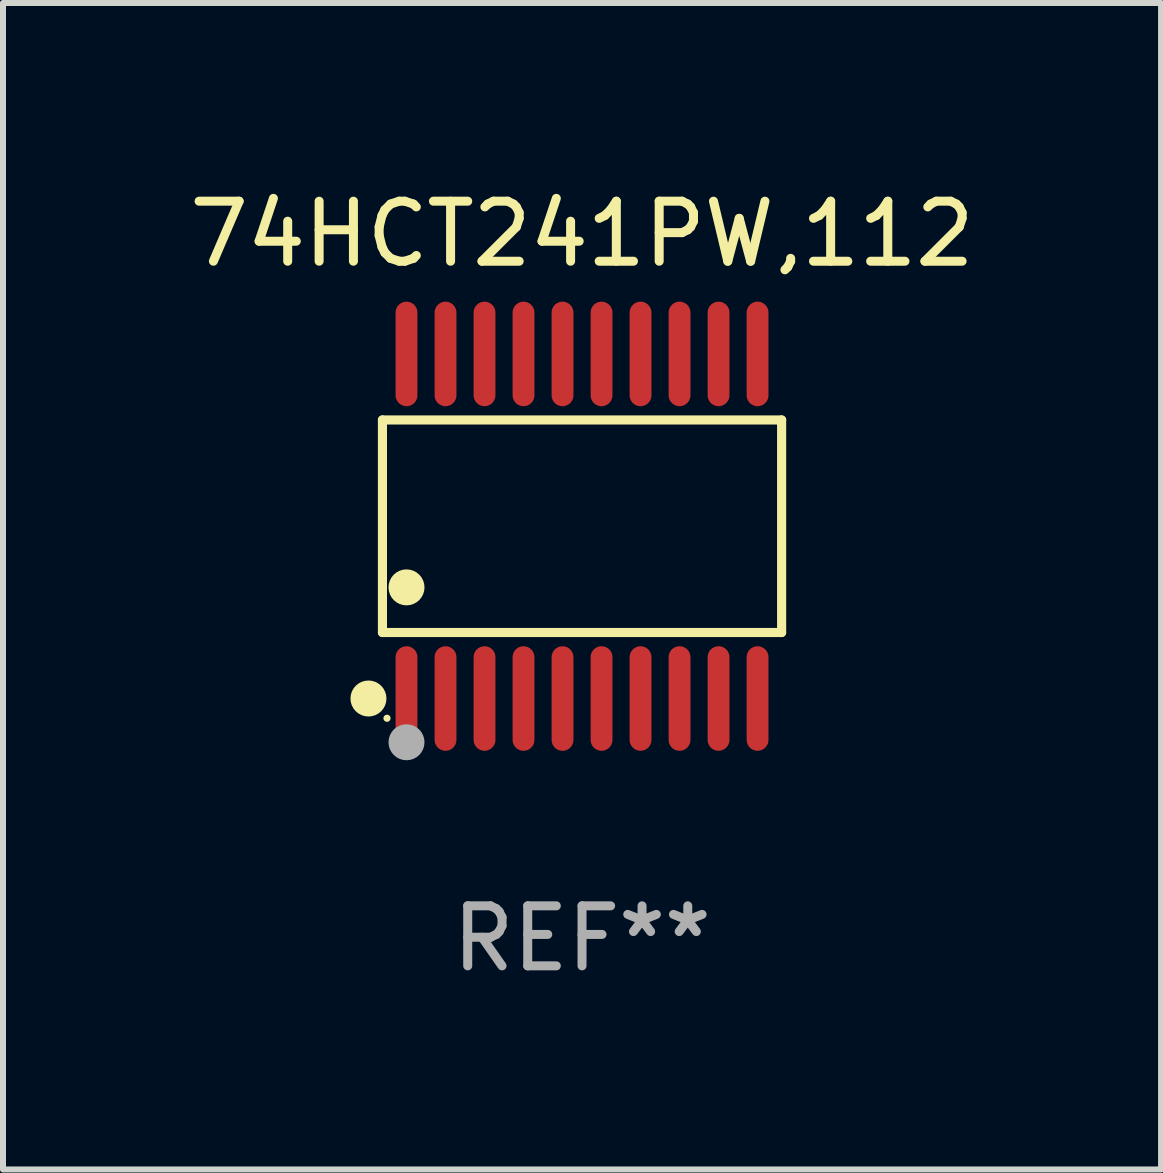
<source format=kicad_pcb>
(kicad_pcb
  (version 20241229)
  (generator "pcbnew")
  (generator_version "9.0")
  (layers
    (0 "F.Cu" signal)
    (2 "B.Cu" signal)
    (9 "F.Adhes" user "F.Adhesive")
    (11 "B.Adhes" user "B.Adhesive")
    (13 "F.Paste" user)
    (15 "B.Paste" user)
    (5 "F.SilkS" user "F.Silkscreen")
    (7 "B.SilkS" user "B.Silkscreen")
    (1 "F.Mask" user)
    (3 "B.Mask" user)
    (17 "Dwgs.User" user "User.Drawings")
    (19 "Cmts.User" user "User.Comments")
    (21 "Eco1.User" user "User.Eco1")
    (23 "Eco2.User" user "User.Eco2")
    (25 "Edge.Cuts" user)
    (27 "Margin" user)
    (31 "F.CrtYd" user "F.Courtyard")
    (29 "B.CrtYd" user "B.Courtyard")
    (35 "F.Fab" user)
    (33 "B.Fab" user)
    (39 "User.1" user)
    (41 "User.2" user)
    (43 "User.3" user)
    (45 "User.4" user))
  (footprint "74HCT241PW,112"
    (layer "F.Cu")
    (at 6.649 5.719)
    (property "Reference" "74HCT241PW,112" (at 0 -4.871 0) (layer "F.SilkS") (effects (font (size 1 1) (thickness 0.15))))
    (attr through_hole)
    (fp_line (start -3.326 -1.771) (end 3.326 -1.771) (stroke (width 0.152) (type solid)) (layer "F.SilkS"))
    (fp_line (start -3.326 1.771) (end -3.326 -1.771) (stroke (width 0.152) (type solid)) (layer "F.SilkS"))
    (fp_line (start 3.326 -1.771) (end 3.326 1.771) (stroke (width 0.152) (type solid)) (layer "F.SilkS"))
    (fp_line (start 3.326 1.771) (end -3.326 1.771) (stroke (width 0.152) (type solid)) (layer "F.SilkS"))
    (fp_circle (center -3.559 2.871) (end -3.409 2.871) (stroke (width 0.3) (type solid)) (fill no) (layer "F.SilkS"))
    (fp_circle (center -3.25 3.2) (end -3.22 3.2) (stroke (width 0.06) (type solid)) (fill no) (layer "F.SilkS"))
    (fp_circle (center -2.925 1.019) (end -2.775 1.019) (stroke (width 0.3) (type solid)) (fill no) (layer "F.SilkS"))
    (fp_circle (center -2.925 3.6) (end -2.775 3.6) (stroke (width 0.3) (type solid)) (fill no) (layer "F.Fab"))
    (fp_text user "REF**" (at 0 6.871 0) (layer "F.Fab") (effects (font (size 1 1) (thickness 0.15))))
    (pad "1" smd oval (at -2.925 2.871) (size 0.364 1.742) (layers "F.Cu" "F.Mask" "F.Paste"))
    (pad "2" smd oval (at -2.275 2.871) (size 0.364 1.742) (layers "F.Cu" "F.Mask" "F.Paste"))
    (pad "3" smd oval (at -1.625 2.871) (size 0.364 1.742) (layers "F.Cu" "F.Mask" "F.Paste"))
    (pad "4" smd oval (at -0.975 2.871) (size 0.364 1.742) (layers "F.Cu" "F.Mask" "F.Paste"))
    (pad "5" smd oval (at -0.325 2.871) (size 0.364 1.742) (layers "F.Cu" "F.Mask" "F.Paste"))
    (pad "6" smd oval (at 0.325 2.871) (size 0.364 1.742) (layers "F.Cu" "F.Mask" "F.Paste"))
    (pad "7" smd oval (at 0.975 2.871) (size 0.364 1.742) (layers "F.Cu" "F.Mask" "F.Paste"))
    (pad "8" smd oval (at 1.625 2.871) (size 0.364 1.742) (layers "F.Cu" "F.Mask" "F.Paste"))
    (pad "9" smd oval (at 2.275 2.871) (size 0.364 1.742) (layers "F.Cu" "F.Mask" "F.Paste"))
    (pad "10" smd oval (at 2.925 2.871) (size 0.364 1.742) (layers "F.Cu" "F.Mask" "F.Paste"))
    (pad "11" smd oval (at 2.925 -2.871) (size 0.364 1.742) (layers "F.Cu" "F.Mask" "F.Paste"))
    (pad "12" smd oval (at 2.275 -2.871) (size 0.364 1.742) (layers "F.Cu" "F.Mask" "F.Paste"))
    (pad "13" smd oval (at 1.625 -2.871) (size 0.364 1.742) (layers "F.Cu" "F.Mask" "F.Paste"))
    (pad "14" smd oval (at 0.975 -2.871) (size 0.364 1.742) (layers "F.Cu" "F.Mask" "F.Paste"))
    (pad "15" smd oval (at 0.325 -2.871) (size 0.364 1.742) (layers "F.Cu" "F.Mask" "F.Paste"))
    (pad "16" smd oval (at -0.325 -2.871) (size 0.364 1.742) (layers "F.Cu" "F.Mask" "F.Paste"))
    (pad "17" smd oval (at -0.975 -2.871) (size 0.364 1.742) (layers "F.Cu" "F.Mask" "F.Paste"))
    (pad "18" smd oval (at -1.625 -2.871) (size 0.364 1.742) (layers "F.Cu" "F.Mask" "F.Paste"))
    (pad "19" smd oval (at -2.275 -2.871) (size 0.364 1.742) (layers "F.Cu" "F.Mask" "F.Paste"))
    (pad "20" smd oval (at -2.925 -2.871) (size 0.364 1.742) (layers "F.Cu" "F.Mask" "F.Paste")))
  (gr_rect
    (start -3 -3)
    (end 16.298 16.438)
    (stroke (width 0.1) (type default))
    (fill no)
    (layer "Edge.Cuts")))
</source>
